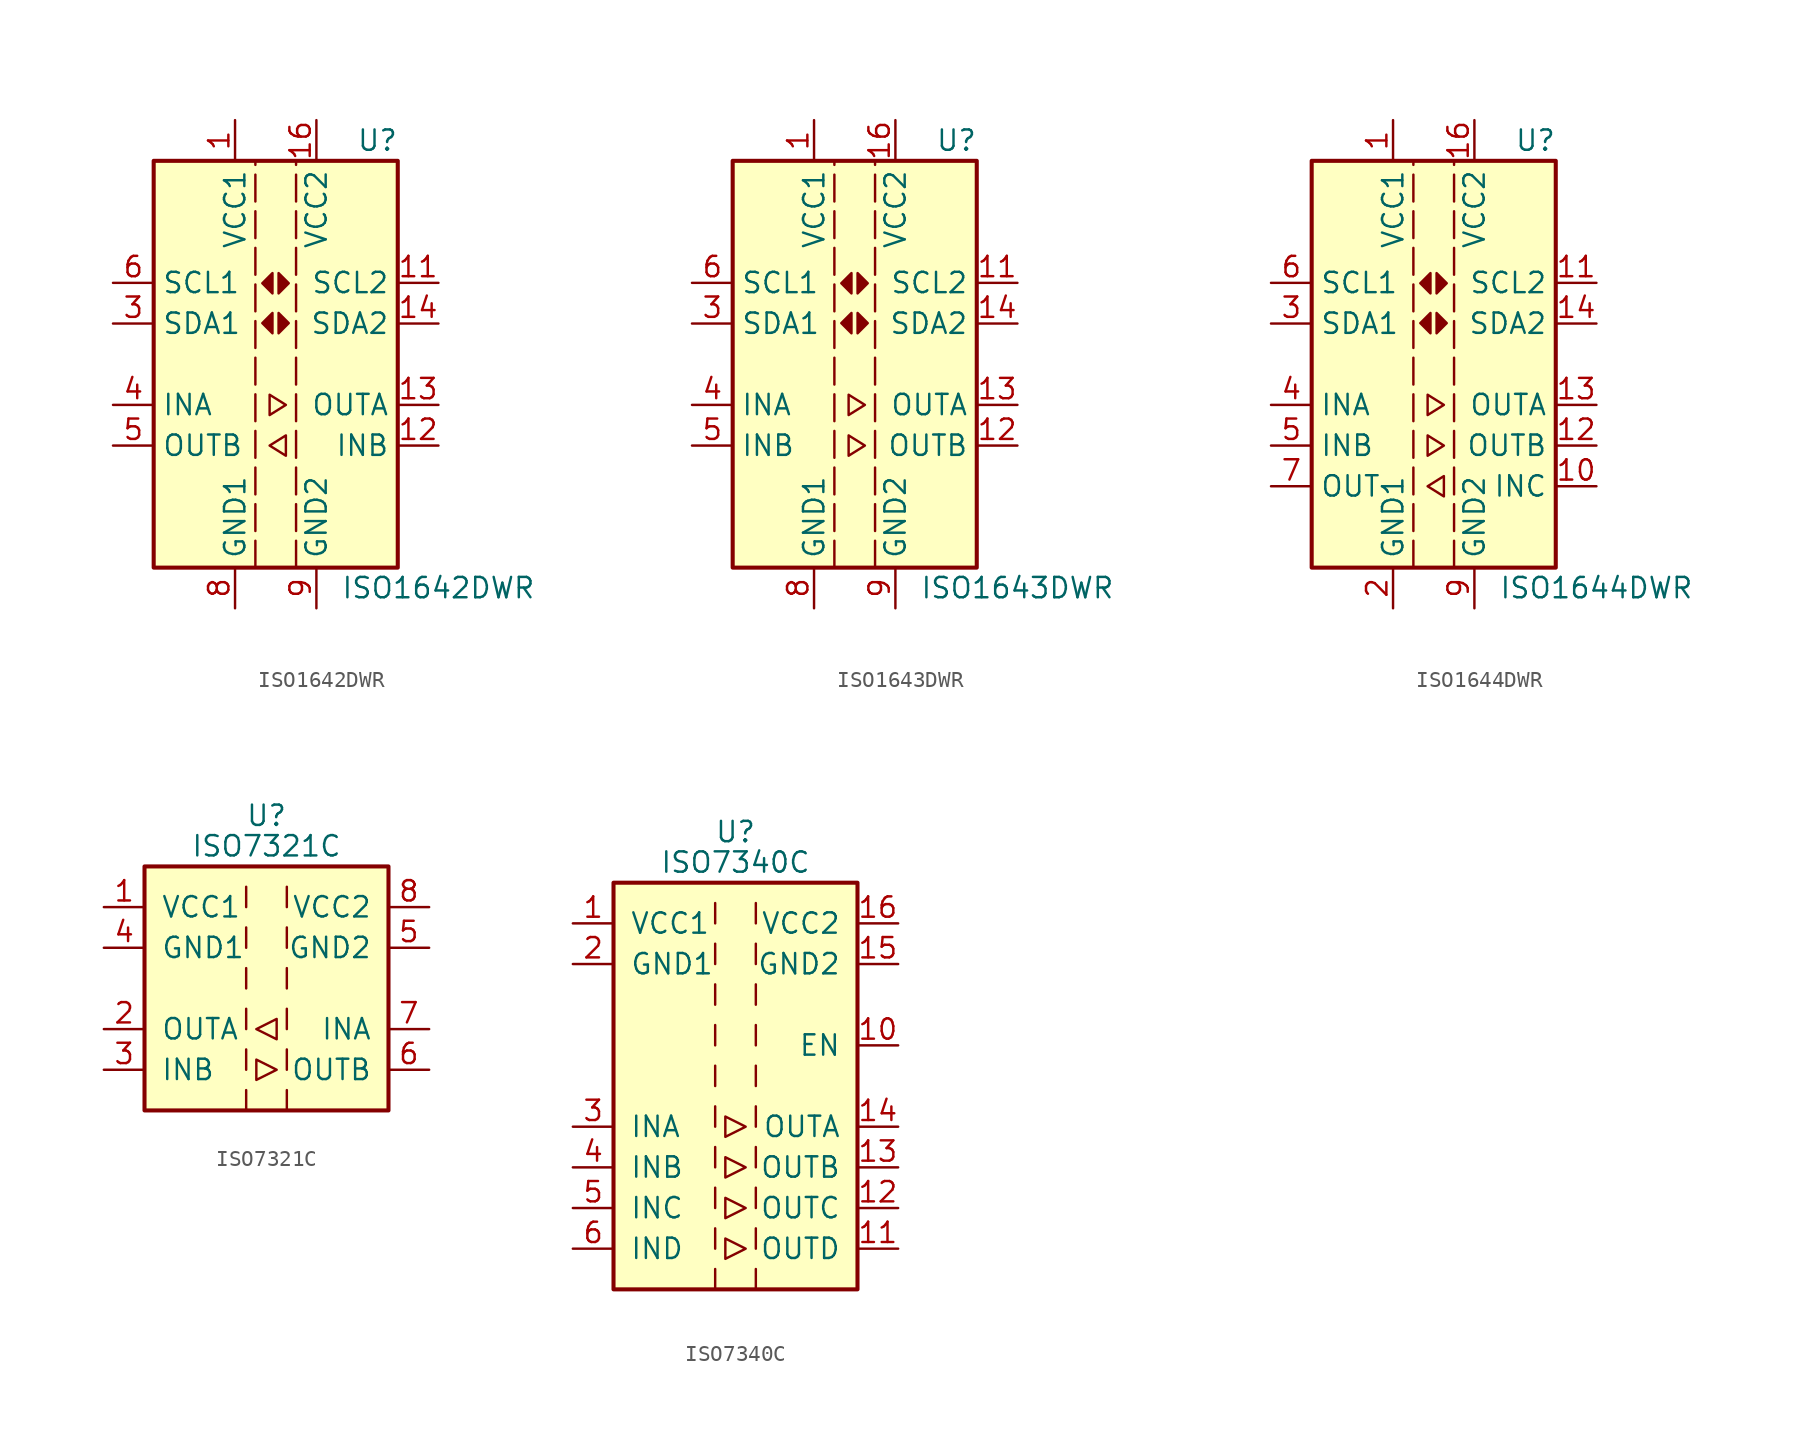
<source format=kicad_sym>
(kicad_symbol_lib
  (version 20220914)
  (generator kicad_symbol_editor)
  (symbol "ISO1642DWR"
    (property "Reference" "U"
      (at 6.35 13.97 0)
      (effects (font (size 1.27 1.27))))
    (property "Value" "ISO1642DWR"
      (at 10.16 -13.97 0)
      (effects (font (size 1.27 1.27))))
    (symbol "ISO1642DWR_1_1"
      (rectangle (start -7.62 12.7) (end 7.62 -12.7) (stroke (width 0.254) (type default)) (fill (type background)))
      (polyline (pts (xy -1.27 -12.7) (xy -1.27 12.7)) (stroke (width 0) (type dash)) (fill (type none)))
      (polyline (pts (xy 1.27 -12.7) (xy 1.27 12.7)) (stroke (width 0) (type dash)) (fill (type none)))
      (polyline (pts (xy -0.381 -1.905) (xy -0.381 -3.175) (xy 0.635 -2.54) (xy -0.381 -1.905)) (stroke (width 0) (type default)) (fill (type none)))
      (polyline (pts (xy -0.203 3.2) (xy -0.203 1.93) (xy -0.838 2.565) (xy -0.203 3.2)) (stroke (width 0) (type default)) (fill (type outline)))
      (polyline (pts (xy -0.203 5.69) (xy -0.203 4.42) (xy -0.838 5.055) (xy -0.203 5.69)) (stroke (width 0) (type default)) (fill (type outline)))
      (polyline (pts (xy 0.178 3.2) (xy 0.178 1.93) (xy 0.813 2.565) (xy 0.178 3.2)) (stroke (width 0) (type default)) (fill (type outline)))
      (polyline (pts (xy 0.178 5.69) (xy 0.178 4.42) (xy 0.813 5.055) (xy 0.178 5.69)) (stroke (width 0) (type default)) (fill (type outline)))
      (polyline (pts (xy 0.635 -4.445) (xy 0.635 -5.715) (xy -0.381 -5.08) (xy 0.635 -4.445)) (stroke (width 0) (type default)) (fill (type none)))
      (pin power_in line (at -2.54 15.24 270) (length 2.54) (name "VCC1" (effects (font (size 1.27 1.27)))) (number "1" (effects (font (size 1.27 1.27)))))
      (pin no_connect line (at 7.62 10.16 180) (length 2.54) hide (name "NC" (effects (font (size 1.27 1.27)))) (number "10" (effects (font (size 1.27 1.27)))))
      (pin bidirectional line (at 10.16 5.08 180) (length 2.54) (name "SCL2" (effects (font (size 1.27 1.27)))) (number "11" (effects (font (size 1.27 1.27)))))
      (pin input line (at 10.16 -5.08 180) (length 2.54) (name "INB" (effects (font (size 1.27 1.27)))) (number "12" (effects (font (size 1.27 1.27)))))
      (pin output line (at 10.16 -2.54 180) (length 2.54) (name "OUTA" (effects (font (size 1.27 1.27)))) (number "13" (effects (font (size 1.27 1.27)))))
      (pin bidirectional line (at 10.16 2.54 180) (length 2.54) (name "SDA2" (effects (font (size 1.27 1.27)))) (number "14" (effects (font (size 1.27 1.27)))))
      (pin no_connect line (at 7.62 -10.16 180) (length 2.54) hide (name "NC" (effects (font (size 1.27 1.27)))) (number "15" (effects (font (size 1.27 1.27)))))
      (pin power_in line (at 2.54 15.24 270) (length 2.54) (name "VCC2" (effects (font (size 1.27 1.27)))) (number "16" (effects (font (size 1.27 1.27)))))
      (pin no_connect line (at -7.62 10.16 0) (length 2.54) hide (name "NC" (effects (font (size 1.27 1.27)))) (number "2" (effects (font (size 1.27 1.27)))))
      (pin bidirectional line (at -10.16 2.54 0) (length 2.54) (name "SDA1" (effects (font (size 1.27 1.27)))) (number "3" (effects (font (size 1.27 1.27)))))
      (pin input line (at -10.16 -2.54 0) (length 2.54) (name "INA" (effects (font (size 1.27 1.27)))) (number "4" (effects (font (size 1.27 1.27)))))
      (pin output line (at -10.16 -5.08 0) (length 2.54) (name "OUTB" (effects (font (size 1.27 1.27)))) (number "5" (effects (font (size 1.27 1.27)))))
      (pin bidirectional line (at -10.16 5.08 0) (length 2.54) (name "SCL1" (effects (font (size 1.27 1.27)))) (number "6" (effects (font (size 1.27 1.27)))))
      (pin no_connect line (at -7.62 -10.16 0) (length 2.54) hide (name "NC" (effects (font (size 1.27 1.27)))) (number "7" (effects (font (size 1.27 1.27)))))
      (pin power_in line (at -2.54 -15.24 90) (length 2.54) (name "GND1" (effects (font (size 1.27 1.27)))) (number "8" (effects (font (size 1.27 1.27)))))
      (pin power_in line (at 2.54 -15.24 90) (length 2.54) (name "GND2" (effects (font (size 1.27 1.27)))) (number "9" (effects (font (size 1.27 1.27)))))))
  (symbol "ISO1643DWR"
    (property "Reference" "U"
      (at 6.35 13.97 0)
      (effects (font (size 1.27 1.27))))
    (property "Value" "ISO1643DWR"
      (at 10.16 -13.97 0)
      (effects (font (size 1.27 1.27))))
    (symbol "ISO1643DWR_1_1"
      (rectangle (start -7.62 12.7) (end 7.62 -12.7) (stroke (width 0.254) (type default)) (fill (type background)))
      (polyline (pts (xy -1.27 -12.7) (xy -1.27 12.7)) (stroke (width 0) (type dash)) (fill (type none)))
      (polyline (pts (xy 1.27 -12.7) (xy 1.27 12.7)) (stroke (width 0) (type dash)) (fill (type none)))
      (polyline (pts (xy -0.381 -4.445) (xy -0.381 -5.715) (xy 0.635 -5.08) (xy -0.381 -4.445)) (stroke (width 0) (type default)) (fill (type none)))
      (polyline (pts (xy -0.381 -1.905) (xy -0.381 -3.175) (xy 0.635 -2.54) (xy -0.381 -1.905)) (stroke (width 0) (type default)) (fill (type none)))
      (polyline (pts (xy -0.203 3.2) (xy -0.203 1.93) (xy -0.838 2.565) (xy -0.203 3.2)) (stroke (width 0) (type default)) (fill (type outline)))
      (polyline (pts (xy -0.203 5.69) (xy -0.203 4.42) (xy -0.838 5.055) (xy -0.203 5.69)) (stroke (width 0) (type default)) (fill (type outline)))
      (polyline (pts (xy 0.178 3.2) (xy 0.178 1.93) (xy 0.813 2.565) (xy 0.178 3.2)) (stroke (width 0) (type default)) (fill (type outline)))
      (polyline (pts (xy 0.178 5.69) (xy 0.178 4.42) (xy 0.813 5.055) (xy 0.178 5.69)) (stroke (width 0) (type default)) (fill (type outline)))
      (pin power_in line (at -2.54 15.24 270) (length 2.54) (name "VCC1" (effects (font (size 1.27 1.27)))) (number "1" (effects (font (size 1.27 1.27)))))
      (pin no_connect line (at 7.62 10.16 180) (length 2.54) hide (name "NC" (effects (font (size 1.27 1.27)))) (number "10" (effects (font (size 1.27 1.27)))))
      (pin bidirectional line (at 10.16 5.08 180) (length 2.54) (name "SCL2" (effects (font (size 1.27 1.27)))) (number "11" (effects (font (size 1.27 1.27)))))
      (pin output line (at 10.16 -5.08 180) (length 2.54) (name "OUTB" (effects (font (size 1.27 1.27)))) (number "12" (effects (font (size 1.27 1.27)))))
      (pin output line (at 10.16 -2.54 180) (length 2.54) (name "OUTA" (effects (font (size 1.27 1.27)))) (number "13" (effects (font (size 1.27 1.27)))))
      (pin bidirectional line (at 10.16 2.54 180) (length 2.54) (name "SDA2" (effects (font (size 1.27 1.27)))) (number "14" (effects (font (size 1.27 1.27)))))
      (pin no_connect line (at 7.62 -10.16 180) (length 2.54) hide (name "NC" (effects (font (size 1.27 1.27)))) (number "15" (effects (font (size 1.27 1.27)))))
      (pin power_in line (at 2.54 15.24 270) (length 2.54) (name "VCC2" (effects (font (size 1.27 1.27)))) (number "16" (effects (font (size 1.27 1.27)))))
      (pin no_connect line (at -7.62 10.16 0) (length 2.54) hide (name "NC" (effects (font (size 1.27 1.27)))) (number "2" (effects (font (size 1.27 1.27)))))
      (pin bidirectional line (at -10.16 2.54 0) (length 2.54) (name "SDA1" (effects (font (size 1.27 1.27)))) (number "3" (effects (font (size 1.27 1.27)))))
      (pin input line (at -10.16 -2.54 0) (length 2.54) (name "INA" (effects (font (size 1.27 1.27)))) (number "4" (effects (font (size 1.27 1.27)))))
      (pin input line (at -10.16 -5.08 0) (length 2.54) (name "INB" (effects (font (size 1.27 1.27)))) (number "5" (effects (font (size 1.27 1.27)))))
      (pin bidirectional line (at -10.16 5.08 0) (length 2.54) (name "SCL1" (effects (font (size 1.27 1.27)))) (number "6" (effects (font (size 1.27 1.27)))))
      (pin no_connect line (at -7.62 -10.16 0) (length 2.54) hide (name "NC" (effects (font (size 1.27 1.27)))) (number "7" (effects (font (size 1.27 1.27)))))
      (pin power_in line (at -2.54 -15.24 90) (length 2.54) (name "GND1" (effects (font (size 1.27 1.27)))) (number "8" (effects (font (size 1.27 1.27)))))
      (pin power_in line (at 2.54 -15.24 90) (length 2.54) (name "GND2" (effects (font (size 1.27 1.27)))) (number "9" (effects (font (size 1.27 1.27)))))))
  (symbol "ISO1644DWR"
    (property "Reference" "U"
      (at 6.35 13.97 0)
      (effects (font (size 1.27 1.27))))
    (property "Value" "ISO1644DWR"
      (at 10.16 -13.97 0)
      (effects (font (size 1.27 1.27))))
    (symbol "ISO1644DWR_1_1"
      (rectangle (start -7.62 12.7) (end 7.62 -12.7) (stroke (width 0.254) (type default)) (fill (type background)))
      (polyline (pts (xy -1.27 -12.7) (xy -1.27 12.7)) (stroke (width 0) (type dash)) (fill (type none)))
      (polyline (pts (xy 1.27 -12.7) (xy 1.27 12.7)) (stroke (width 0) (type dash)) (fill (type none)))
      (polyline (pts (xy -0.381 -4.445) (xy -0.381 -5.715) (xy 0.635 -5.08) (xy -0.381 -4.445)) (stroke (width 0) (type default)) (fill (type none)))
      (polyline (pts (xy -0.381 -1.905) (xy -0.381 -3.175) (xy 0.635 -2.54) (xy -0.381 -1.905)) (stroke (width 0) (type default)) (fill (type none)))
      (polyline (pts (xy -0.203 3.2) (xy -0.203 1.93) (xy -0.838 2.565) (xy -0.203 3.2)) (stroke (width 0) (type default)) (fill (type outline)))
      (polyline (pts (xy -0.203 5.69) (xy -0.203 4.42) (xy -0.838 5.055) (xy -0.203 5.69)) (stroke (width 0) (type default)) (fill (type outline)))
      (polyline (pts (xy 0.178 3.2) (xy 0.178 1.93) (xy 0.813 2.565) (xy 0.178 3.2)) (stroke (width 0) (type default)) (fill (type outline)))
      (polyline (pts (xy 0.178 5.69) (xy 0.178 4.42) (xy 0.813 5.055) (xy 0.178 5.69)) (stroke (width 0) (type default)) (fill (type outline)))
      (polyline (pts (xy 0.635 -6.985) (xy 0.635 -8.255) (xy -0.381 -7.62) (xy 0.635 -6.985)) (stroke (width 0) (type default)) (fill (type none)))
      (pin power_in line (at -2.54 15.24 270) (length 2.54) (name "VCC1" (effects (font (size 1.27 1.27)))) (number "1" (effects (font (size 1.27 1.27)))))
      (pin input line (at 10.16 -7.62 180) (length 2.54) (name "INC" (effects (font (size 1.27 1.27)))) (number "10" (effects (font (size 1.27 1.27)))))
      (pin bidirectional line (at 10.16 5.08 180) (length 2.54) (name "SCL2" (effects (font (size 1.27 1.27)))) (number "11" (effects (font (size 1.27 1.27)))))
      (pin output line (at 10.16 -5.08 180) (length 2.54) (name "OUTB" (effects (font (size 1.27 1.27)))) (number "12" (effects (font (size 1.27 1.27)))))
      (pin output line (at 10.16 -2.54 180) (length 2.54) (name "OUTA" (effects (font (size 1.27 1.27)))) (number "13" (effects (font (size 1.27 1.27)))))
      (pin bidirectional line (at 10.16 2.54 180) (length 2.54) (name "SDA2" (effects (font (size 1.27 1.27)))) (number "14" (effects (font (size 1.27 1.27)))))
      (pin passive line (at 2.54 -15.24 90) (length 2.54) hide (name "GND2" (effects (font (size 1.27 1.27)))) (number "15" (effects (font (size 1.27 1.27)))))
      (pin power_in line (at 2.54 15.24 270) (length 2.54) (name "VCC2" (effects (font (size 1.27 1.27)))) (number "16" (effects (font (size 1.27 1.27)))))
      (pin power_in line (at -2.54 -15.24 90) (length 2.54) (name "GND1" (effects (font (size 1.27 1.27)))) (number "2" (effects (font (size 1.27 1.27)))))
      (pin bidirectional line (at -10.16 2.54 0) (length 2.54) (name "SDA1" (effects (font (size 1.27 1.27)))) (number "3" (effects (font (size 1.27 1.27)))))
      (pin input line (at -10.16 -2.54 0) (length 2.54) (name "INA" (effects (font (size 1.27 1.27)))) (number "4" (effects (font (size 1.27 1.27)))))
      (pin input line (at -10.16 -5.08 0) (length 2.54) (name "INB" (effects (font (size 1.27 1.27)))) (number "5" (effects (font (size 1.27 1.27)))))
      (pin bidirectional line (at -10.16 5.08 0) (length 2.54) (name "SCL1" (effects (font (size 1.27 1.27)))) (number "6" (effects (font (size 1.27 1.27)))))
      (pin output line (at -10.16 -7.62 0) (length 2.54) (name "OUT" (effects (font (size 1.27 1.27)))) (number "7" (effects (font (size 1.27 1.27)))))
      (pin passive line (at -2.54 -15.24 90) (length 2.54) hide (name "GND1" (effects (font (size 1.27 1.27)))) (number "8" (effects (font (size 1.27 1.27)))))
      (pin power_in line (at 2.54 -15.24 90) (length 2.54) (name "GND2" (effects (font (size 1.27 1.27)))) (number "9" (effects (font (size 1.27 1.27)))))))
  (symbol "ISO7321C"
    (pin_names
      (offset 1.016))
    (property "Reference" "U"
      (at 0 10.795 0)
      (effects (font (size 1.27 1.27))))
    (property "Value" "ISO7321C"
      (at 0 8.89 0)
      (effects (font (size 1.27 1.27))))
    (symbol "ISO7321C_0_1"
      (rectangle (start -7.62 7.62) (end 7.62 -7.62) (stroke (width 0.254) (type default)) (fill (type background)))
      (polyline (pts (xy -1.27 -6.35) (xy -1.27 -7.62)) (stroke (width 0) (type default)) (fill (type none)))
      (polyline (pts (xy -1.27 -3.81) (xy -1.27 -5.08)) (stroke (width 0) (type default)) (fill (type none)))
      (polyline (pts (xy -1.27 -1.27) (xy -1.27 -2.54)) (stroke (width 0) (type default)) (fill (type none)))
      (polyline (pts (xy -1.27 1.27) (xy -1.27 0)) (stroke (width 0) (type default)) (fill (type none)))
      (polyline (pts (xy -1.27 3.81) (xy -1.27 2.54)) (stroke (width 0) (type default)) (fill (type none)))
      (polyline (pts (xy -1.27 6.35) (xy -1.27 5.08)) (stroke (width 0) (type default)) (fill (type none)))
      (polyline (pts (xy 1.27 -6.35) (xy 1.27 -7.62)) (stroke (width 0) (type default)) (fill (type none)))
      (polyline (pts (xy 1.27 -3.81) (xy 1.27 -5.08)) (stroke (width 0) (type default)) (fill (type none)))
      (polyline (pts (xy 1.27 -1.27) (xy 1.27 -2.54)) (stroke (width 0) (type default)) (fill (type none)))
      (polyline (pts (xy 1.27 1.27) (xy 1.27 0)) (stroke (width 0) (type default)) (fill (type none)))
      (polyline (pts (xy 1.27 3.81) (xy 1.27 2.54)) (stroke (width 0) (type default)) (fill (type none)))
      (polyline (pts (xy 1.27 6.35) (xy 1.27 5.08)) (stroke (width 0) (type default)) (fill (type none)))
      (polyline (pts (xy -0.635 -4.445) (xy -0.635 -5.715) (xy 0.635 -5.08) (xy -0.635 -4.445)) (stroke (width 0) (type default)) (fill (type none)))
      (polyline (pts (xy -0.635 -2.54) (xy 0.635 -1.905) (xy 0.635 -3.175) (xy -0.635 -2.54)) (stroke (width 0) (type default)) (fill (type none))))
    (symbol "ISO7321C_1_1"
      (pin power_in line (at -10.16 5.08 0) (length 2.54) (name "VCC1" (effects (font (size 1.27 1.27)))) (number "1" (effects (font (size 1.27 1.27)))))
      (pin output line (at -10.16 -2.54 0) (length 2.54) (name "OUTA" (effects (font (size 1.27 1.27)))) (number "2" (effects (font (size 1.27 1.27)))))
      (pin input line (at -10.16 -5.08 0) (length 2.54) (name "INB" (effects (font (size 1.27 1.27)))) (number "3" (effects (font (size 1.27 1.27)))))
      (pin power_in line (at -10.16 2.54 0) (length 2.54) (name "GND1" (effects (font (size 1.27 1.27)))) (number "4" (effects (font (size 1.27 1.27)))))
      (pin power_in line (at 10.16 2.54 180) (length 2.54) (name "GND2" (effects (font (size 1.27 1.27)))) (number "5" (effects (font (size 1.27 1.27)))))
      (pin output line (at 10.16 -5.08 180) (length 2.54) (name "OUTB" (effects (font (size 1.27 1.27)))) (number "6" (effects (font (size 1.27 1.27)))))
      (pin input line (at 10.16 -2.54 180) (length 2.54) (name "INA" (effects (font (size 1.27 1.27)))) (number "7" (effects (font (size 1.27 1.27)))))
      (pin power_in line (at 10.16 5.08 180) (length 2.54) (name "VCC2" (effects (font (size 1.27 1.27)))) (number "8" (effects (font (size 1.27 1.27)))))))
  (symbol "ISO7340C"
    (pin_names
      (offset 1.016))
    (property "Reference" "U"
      (at 0 15.875 0)
      (effects (font (size 1.27 1.27))))
    (property "Value" "ISO7340C"
      (at 0 13.97 0)
      (effects (font (size 1.27 1.27))))
    (symbol "ISO7340C_0_1"
      (rectangle (start -7.62 12.7) (end 7.62 -12.7) (stroke (width 0.254) (type default)) (fill (type background)))
      (polyline (pts (xy -1.27 -11.43) (xy -1.27 -12.7)) (stroke (width 0) (type default)) (fill (type none)))
      (polyline (pts (xy -1.27 -8.89) (xy -1.27 -10.16)) (stroke (width 0) (type default)) (fill (type none)))
      (polyline (pts (xy -1.27 -6.35) (xy -1.27 -7.62)) (stroke (width 0) (type default)) (fill (type none)))
      (polyline (pts (xy -1.27 -3.81) (xy -1.27 -5.08)) (stroke (width 0) (type default)) (fill (type none)))
      (polyline (pts (xy -1.27 -1.27) (xy -1.27 -2.54)) (stroke (width 0) (type default)) (fill (type none)))
      (polyline (pts (xy -1.27 1.27) (xy -1.27 0)) (stroke (width 0) (type default)) (fill (type none)))
      (polyline (pts (xy -1.27 3.81) (xy -1.27 2.54)) (stroke (width 0) (type default)) (fill (type none)))
      (polyline (pts (xy -1.27 6.35) (xy -1.27 5.08)) (stroke (width 0) (type default)) (fill (type none)))
      (polyline (pts (xy -1.27 8.89) (xy -1.27 7.62)) (stroke (width 0) (type default)) (fill (type none)))
      (polyline (pts (xy -1.27 11.43) (xy -1.27 10.16)) (stroke (width 0) (type default)) (fill (type none)))
      (polyline (pts (xy 1.27 -11.43) (xy 1.27 -12.7)) (stroke (width 0) (type default)) (fill (type none)))
      (polyline (pts (xy 1.27 -8.89) (xy 1.27 -10.16)) (stroke (width 0) (type default)) (fill (type none)))
      (polyline (pts (xy 1.27 -6.35) (xy 1.27 -7.62)) (stroke (width 0) (type default)) (fill (type none)))
      (polyline (pts (xy 1.27 -3.81) (xy 1.27 -5.08)) (stroke (width 0) (type default)) (fill (type none)))
      (polyline (pts (xy 1.27 -1.27) (xy 1.27 -2.54)) (stroke (width 0) (type default)) (fill (type none)))
      (polyline (pts (xy 1.27 1.27) (xy 1.27 0)) (stroke (width 0) (type default)) (fill (type none)))
      (polyline (pts (xy 1.27 3.81) (xy 1.27 2.54)) (stroke (width 0) (type default)) (fill (type none)))
      (polyline (pts (xy 1.27 6.35) (xy 1.27 5.08)) (stroke (width 0) (type default)) (fill (type none)))
      (polyline (pts (xy 1.27 8.89) (xy 1.27 7.62)) (stroke (width 0) (type default)) (fill (type none)))
      (polyline (pts (xy 1.27 11.43) (xy 1.27 10.16)) (stroke (width 0) (type default)) (fill (type none)))
      (polyline (pts (xy -0.635 -9.525) (xy -0.635 -10.795) (xy 0.635 -10.16) (xy -0.635 -9.525)) (stroke (width 0) (type default)) (fill (type none)))
      (polyline (pts (xy -0.635 -6.985) (xy -0.635 -8.255) (xy 0.635 -7.62) (xy -0.635 -6.985)) (stroke (width 0) (type default)) (fill (type none)))
      (polyline (pts (xy -0.635 -4.445) (xy -0.635 -5.715) (xy 0.635 -5.08) (xy -0.635 -4.445)) (stroke (width 0) (type default)) (fill (type none)))
      (polyline (pts (xy -0.635 -1.905) (xy -0.635 -3.175) (xy 0.635 -2.54) (xy -0.635 -1.905)) (stroke (width 0) (type default)) (fill (type none))))
    (symbol "ISO7340C_1_1"
      (pin power_in line (at -10.16 10.16 0) (length 2.54) (name "VCC1" (effects (font (size 1.27 1.27)))) (number "1" (effects (font (size 1.27 1.27)))))
      (pin input line (at 10.16 2.54 180) (length 2.54) (name "EN" (effects (font (size 1.27 1.27)))) (number "10" (effects (font (size 1.27 1.27)))))
      (pin output line (at 10.16 -10.16 180) (length 2.54) (name "OUTD" (effects (font (size 1.27 1.27)))) (number "11" (effects (font (size 1.27 1.27)))))
      (pin output line (at 10.16 -7.62 180) (length 2.54) (name "OUTC" (effects (font (size 1.27 1.27)))) (number "12" (effects (font (size 1.27 1.27)))))
      (pin output line (at 10.16 -5.08 180) (length 2.54) (name "OUTB" (effects (font (size 1.27 1.27)))) (number "13" (effects (font (size 1.27 1.27)))))
      (pin output line (at 10.16 -2.54 180) (length 2.54) (name "OUTA" (effects (font (size 1.27 1.27)))) (number "14" (effects (font (size 1.27 1.27)))))
      (pin power_in line (at 10.16 7.62 180) (length 2.54) (name "GND2" (effects (font (size 1.27 1.27)))) (number "15" (effects (font (size 1.27 1.27)))))
      (pin power_in line (at 10.16 10.16 180) (length 2.54) (name "VCC2" (effects (font (size 1.27 1.27)))) (number "16" (effects (font (size 1.27 1.27)))))
      (pin power_in line (at -10.16 7.62 0) (length 2.54) (name "GND1" (effects (font (size 1.27 1.27)))) (number "2" (effects (font (size 1.27 1.27)))))
      (pin input line (at -10.16 -2.54 0) (length 2.54) (name "INA" (effects (font (size 1.27 1.27)))) (number "3" (effects (font (size 1.27 1.27)))))
      (pin input line (at -10.16 -5.08 0) (length 2.54) (name "INB" (effects (font (size 1.27 1.27)))) (number "4" (effects (font (size 1.27 1.27)))))
      (pin input line (at -10.16 -7.62 0) (length 2.54) (name "INC" (effects (font (size 1.27 1.27)))) (number "5" (effects (font (size 1.27 1.27)))))
      (pin input line (at -10.16 -10.16 0) (length 2.54) (name "IND" (effects (font (size 1.27 1.27)))) (number "6" (effects (font (size 1.27 1.27)))))
      (pin passive line (at -10.16 7.62 0) (length 2.54) hide (name "GND1" (effects (font (size 1.27 1.27)))) (number "8" (effects (font (size 1.27 1.27)))))
      (pin passive line (at 10.16 7.62 180) (length 2.54) hide (name "GND2" (effects (font (size 1.27 1.27)))) (number "9" (effects (font (size 1.27 1.27))))))))
</source>
